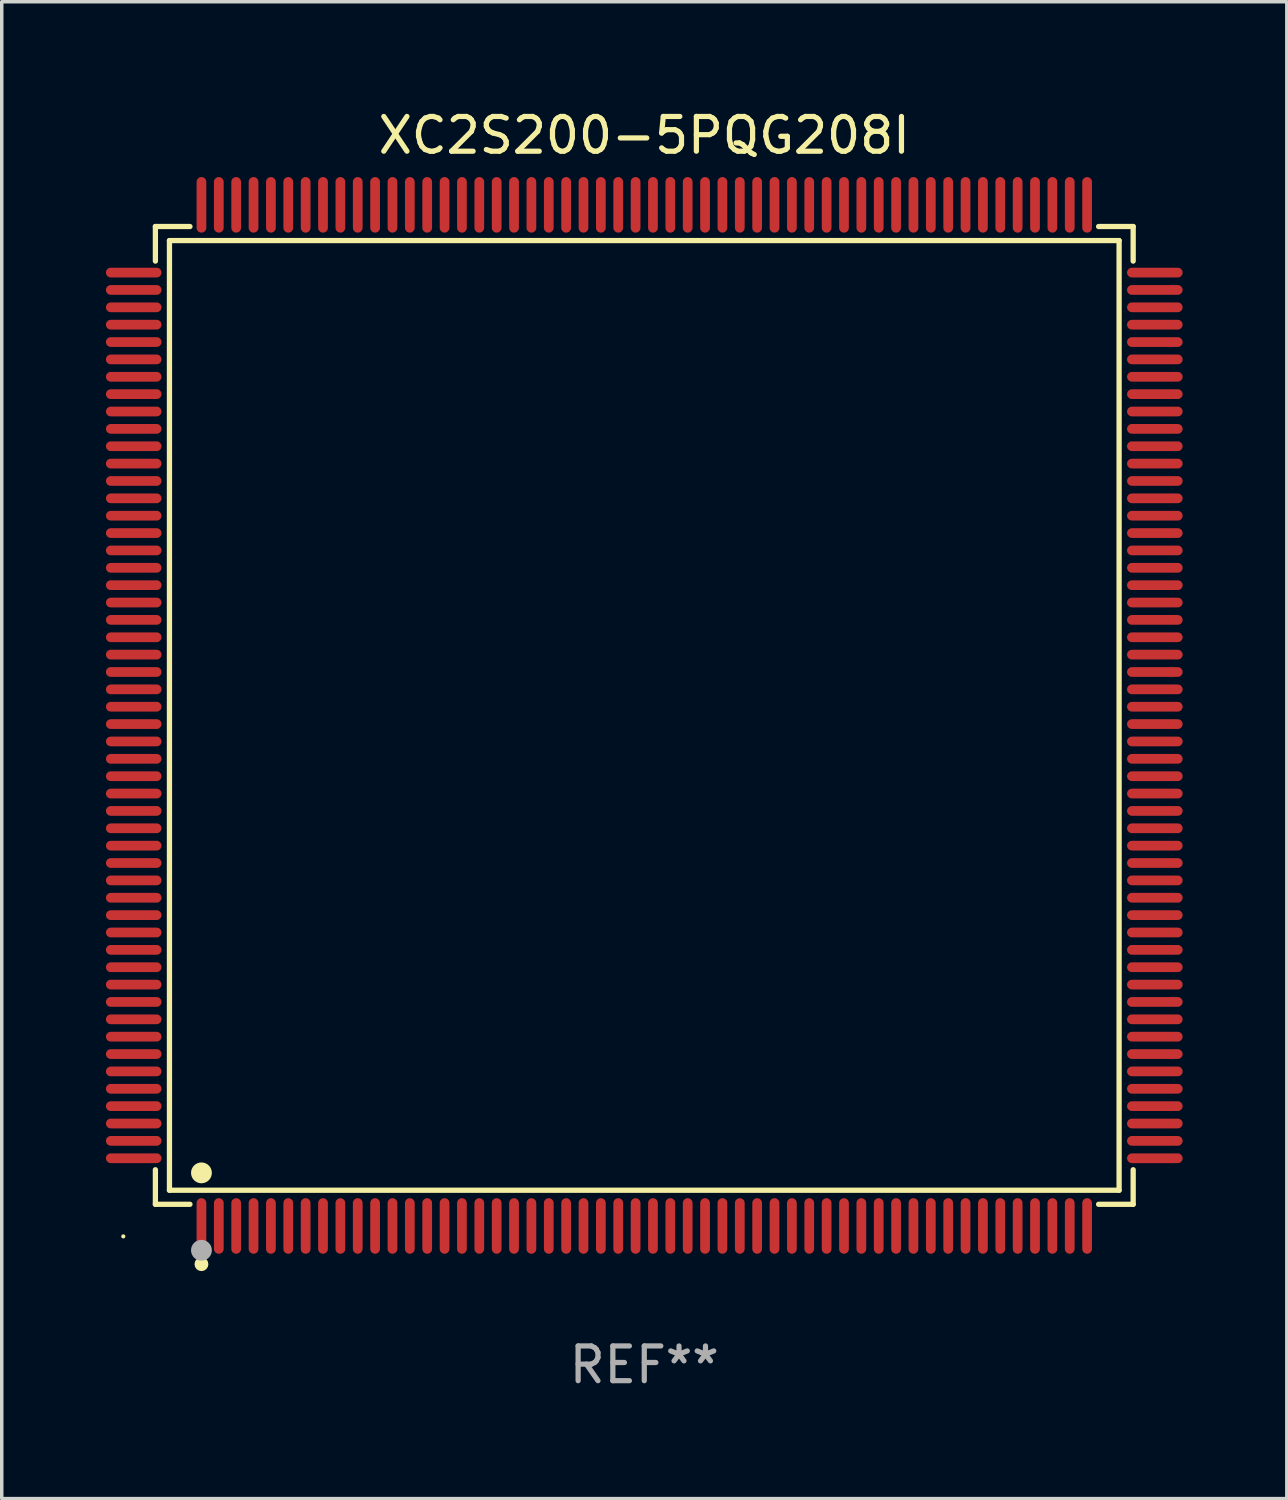
<source format=kicad_pcb>
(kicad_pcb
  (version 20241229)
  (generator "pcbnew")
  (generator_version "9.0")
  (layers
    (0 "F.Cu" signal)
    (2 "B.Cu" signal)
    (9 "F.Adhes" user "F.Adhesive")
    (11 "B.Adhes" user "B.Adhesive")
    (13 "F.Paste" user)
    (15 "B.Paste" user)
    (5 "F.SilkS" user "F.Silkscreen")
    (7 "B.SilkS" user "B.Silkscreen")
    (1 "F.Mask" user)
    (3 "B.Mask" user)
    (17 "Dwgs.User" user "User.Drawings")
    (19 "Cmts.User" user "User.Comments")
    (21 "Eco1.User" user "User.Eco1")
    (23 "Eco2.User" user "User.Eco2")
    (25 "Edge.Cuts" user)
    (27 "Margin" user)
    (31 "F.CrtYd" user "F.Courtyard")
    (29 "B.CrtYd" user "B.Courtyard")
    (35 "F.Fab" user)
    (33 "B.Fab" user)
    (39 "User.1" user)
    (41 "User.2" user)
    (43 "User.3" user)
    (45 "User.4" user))
  (footprint "XC2S200-5PQG208I"
    (layer "F.Cu")
    (at 15.5 17.548)
    (property "Reference" "XC2S200-5PQG208I" (at 0 -16.7 0) (layer "F.SilkS") (effects (font (size 1 1) (thickness 0.15))))
    (attr through_hole)
    (fp_line (start -14.076 -14.076) (end -13.081 -14.076) (stroke (width 0.152) (type solid)) (layer "F.SilkS"))
    (fp_line (start -14.076 -13.081) (end -14.076 -14.076) (stroke (width 0.152) (type solid)) (layer "F.SilkS"))
    (fp_line (start -14.076 13.081) (end -14.076 14.076) (stroke (width 0.152) (type solid)) (layer "F.SilkS"))
    (fp_line (start -14.076 14.076) (end -13.081 14.076) (stroke (width 0.152) (type solid)) (layer "F.SilkS"))
    (fp_line (start -13.671 -13.671) (end 13.671 -13.671) (stroke (width 0.152) (type solid)) (layer "F.SilkS"))
    (fp_line (start -13.671 13.671) (end -13.671 -13.671) (stroke (width 0.152) (type solid)) (layer "F.SilkS"))
    (fp_line (start 13.671 -13.671) (end 13.671 13.671) (stroke (width 0.152) (type solid)) (layer "F.SilkS"))
    (fp_line (start 13.671 13.671) (end -13.671 13.671) (stroke (width 0.152) (type solid)) (layer "F.SilkS"))
    (fp_line (start 14.076 -14.076) (end 13.081 -14.076) (stroke (width 0.152) (type solid)) (layer "F.SilkS"))
    (fp_line (start 14.076 -13.081) (end 14.076 -14.076) (stroke (width 0.152) (type solid)) (layer "F.SilkS"))
    (fp_line (start 14.076 13.081) (end 14.076 14.076) (stroke (width 0.152) (type solid)) (layer "F.SilkS"))
    (fp_line (start 14.076 14.076) (end 13.081 14.076) (stroke (width 0.152) (type solid)) (layer "F.SilkS"))
    (fp_circle (center -15 15) (end -14.97 15) (stroke (width 0.06) (type solid)) (fill no) (layer "F.SilkS"))
    (fp_circle (center -12.75 13.171) (end -12.6 13.171) (stroke (width 0.3) (type solid)) (fill no) (layer "F.SilkS"))
    (fp_circle (center -12.75 15.8) (end -12.65 15.8) (stroke (width 0.2) (type solid)) (fill no) (layer "F.SilkS"))
    (fp_circle (center -12.75 15.4) (end -12.6 15.4) (stroke (width 0.3) (type solid)) (fill no) (layer "F.Fab"))
    (fp_text user "REF**" (at 0 18.7 0) (layer "F.Fab") (effects (font (size 1 1) (thickness 0.15))))
    (pad "1" smd oval (at -12.75 14.7) (size 0.28 1.6) (layers "F.Cu" "F.Mask" "F.Paste"))
    (pad "2" smd oval (at -12.25 14.7) (size 0.28 1.6) (layers "F.Cu" "F.Mask" "F.Paste"))
    (pad "3" smd oval (at -11.75 14.7) (size 0.28 1.6) (layers "F.Cu" "F.Mask" "F.Paste"))
    (pad "4" smd oval (at -11.25 14.7) (size 0.28 1.6) (layers "F.Cu" "F.Mask" "F.Paste"))
    (pad "5" smd oval (at -10.75 14.7) (size 0.28 1.6) (layers "F.Cu" "F.Mask" "F.Paste"))
    (pad "6" smd oval (at -10.25 14.7) (size 0.28 1.6) (layers "F.Cu" "F.Mask" "F.Paste"))
    (pad "7" smd oval (at -9.75 14.7) (size 0.28 1.6) (layers "F.Cu" "F.Mask" "F.Paste"))
    (pad "8" smd oval (at -9.25 14.7) (size 0.28 1.6) (layers "F.Cu" "F.Mask" "F.Paste"))
    (pad "9" smd oval (at -8.75 14.7) (size 0.28 1.6) (layers "F.Cu" "F.Mask" "F.Paste"))
    (pad "10" smd oval (at -8.25 14.7) (size 0.28 1.6) (layers "F.Cu" "F.Mask" "F.Paste"))
    (pad "11" smd oval (at -7.75 14.7) (size 0.28 1.6) (layers "F.Cu" "F.Mask" "F.Paste"))
    (pad "12" smd oval (at -7.25 14.7) (size 0.28 1.6) (layers "F.Cu" "F.Mask" "F.Paste"))
    (pad "13" smd oval (at -6.75 14.7) (size 0.28 1.6) (layers "F.Cu" "F.Mask" "F.Paste"))
    (pad "14" smd oval (at -6.25 14.7) (size 0.28 1.6) (layers "F.Cu" "F.Mask" "F.Paste"))
    (pad "15" smd oval (at -5.75 14.7) (size 0.28 1.6) (layers "F.Cu" "F.Mask" "F.Paste"))
    (pad "16" smd oval (at -5.25 14.7) (size 0.28 1.6) (layers "F.Cu" "F.Mask" "F.Paste"))
    (pad "17" smd oval (at -4.75 14.7) (size 0.28 1.6) (layers "F.Cu" "F.Mask" "F.Paste"))
    (pad "18" smd oval (at -4.25 14.7) (size 0.28 1.6) (layers "F.Cu" "F.Mask" "F.Paste"))
    (pad "19" smd oval (at -3.75 14.7) (size 0.28 1.6) (layers "F.Cu" "F.Mask" "F.Paste"))
    (pad "20" smd oval (at -3.25 14.7) (size 0.28 1.6) (layers "F.Cu" "F.Mask" "F.Paste"))
    (pad "21" smd oval (at -2.75 14.7) (size 0.28 1.6) (layers "F.Cu" "F.Mask" "F.Paste"))
    (pad "22" smd oval (at -2.25 14.7) (size 0.28 1.6) (layers "F.Cu" "F.Mask" "F.Paste"))
    (pad "23" smd oval (at -1.75 14.7) (size 0.28 1.6) (layers "F.Cu" "F.Mask" "F.Paste"))
    (pad "24" smd oval (at -1.25 14.7) (size 0.28 1.6) (layers "F.Cu" "F.Mask" "F.Paste"))
    (pad "25" smd oval (at -0.75 14.7) (size 0.28 1.6) (layers "F.Cu" "F.Mask" "F.Paste"))
    (pad "26" smd oval (at -0.25 14.7) (size 0.28 1.6) (layers "F.Cu" "F.Mask" "F.Paste"))
    (pad "27" smd oval (at 0.25 14.7) (size 0.28 1.6) (layers "F.Cu" "F.Mask" "F.Paste"))
    (pad "28" smd oval (at 0.75 14.7) (size 0.28 1.6) (layers "F.Cu" "F.Mask" "F.Paste"))
    (pad "29" smd oval (at 1.25 14.7) (size 0.28 1.6) (layers "F.Cu" "F.Mask" "F.Paste"))
    (pad "30" smd oval (at 1.75 14.7) (size 0.28 1.6) (layers "F.Cu" "F.Mask" "F.Paste"))
    (pad "31" smd oval (at 2.25 14.7) (size 0.28 1.6) (layers "F.Cu" "F.Mask" "F.Paste"))
    (pad "32" smd oval (at 2.75 14.7) (size 0.28 1.6) (layers "F.Cu" "F.Mask" "F.Paste"))
    (pad "33" smd oval (at 3.25 14.7) (size 0.28 1.6) (layers "F.Cu" "F.Mask" "F.Paste"))
    (pad "34" smd oval (at 3.75 14.7) (size 0.28 1.6) (layers "F.Cu" "F.Mask" "F.Paste"))
    (pad "35" smd oval (at 4.25 14.7) (size 0.28 1.6) (layers "F.Cu" "F.Mask" "F.Paste"))
    (pad "36" smd oval (at 4.75 14.7) (size 0.28 1.6) (layers "F.Cu" "F.Mask" "F.Paste"))
    (pad "37" smd oval (at 5.25 14.7) (size 0.28 1.6) (layers "F.Cu" "F.Mask" "F.Paste"))
    (pad "38" smd oval (at 5.75 14.7) (size 0.28 1.6) (layers "F.Cu" "F.Mask" "F.Paste"))
    (pad "39" smd oval (at 6.25 14.7) (size 0.28 1.6) (layers "F.Cu" "F.Mask" "F.Paste"))
    (pad "40" smd oval (at 6.75 14.7) (size 0.28 1.6) (layers "F.Cu" "F.Mask" "F.Paste"))
    (pad "41" smd oval (at 7.25 14.7) (size 0.28 1.6) (layers "F.Cu" "F.Mask" "F.Paste"))
    (pad "42" smd oval (at 7.75 14.7) (size 0.28 1.6) (layers "F.Cu" "F.Mask" "F.Paste"))
    (pad "43" smd oval (at 8.25 14.7) (size 0.28 1.6) (layers "F.Cu" "F.Mask" "F.Paste"))
    (pad "44" smd oval (at 8.75 14.7) (size 0.28 1.6) (layers "F.Cu" "F.Mask" "F.Paste"))
    (pad "45" smd oval (at 9.25 14.7) (size 0.28 1.6) (layers "F.Cu" "F.Mask" "F.Paste"))
    (pad "46" smd oval (at 9.75 14.7) (size 0.28 1.6) (layers "F.Cu" "F.Mask" "F.Paste"))
    (pad "47" smd oval (at 10.25 14.7) (size 0.28 1.6) (layers "F.Cu" "F.Mask" "F.Paste"))
    (pad "48" smd oval (at 10.75 14.7) (size 0.28 1.6) (layers "F.Cu" "F.Mask" "F.Paste"))
    (pad "49" smd oval (at 11.25 14.7) (size 0.28 1.6) (layers "F.Cu" "F.Mask" "F.Paste"))
    (pad "50" smd oval (at 11.75 14.7) (size 0.28 1.6) (layers "F.Cu" "F.Mask" "F.Paste"))
    (pad "51" smd oval (at 12.25 14.7) (size 0.28 1.6) (layers "F.Cu" "F.Mask" "F.Paste"))
    (pad "52" smd oval (at 12.75 14.7) (size 0.28 1.6) (layers "F.Cu" "F.Mask" "F.Paste"))
    (pad "53" smd oval (at 14.7 12.75) (size 1.6 0.28) (layers "F.Cu" "F.Mask" "F.Paste"))
    (pad "54" smd oval (at 14.7 12.25) (size 1.6 0.28) (layers "F.Cu" "F.Mask" "F.Paste"))
    (pad "55" smd oval (at 14.7 11.75) (size 1.6 0.28) (layers "F.Cu" "F.Mask" "F.Paste"))
    (pad "56" smd oval (at 14.7 11.25) (size 1.6 0.28) (layers "F.Cu" "F.Mask" "F.Paste"))
    (pad "57" smd oval (at 14.7 10.75) (size 1.6 0.28) (layers "F.Cu" "F.Mask" "F.Paste"))
    (pad "58" smd oval (at 14.7 10.25) (size 1.6 0.28) (layers "F.Cu" "F.Mask" "F.Paste"))
    (pad "59" smd oval (at 14.7 9.75) (size 1.6 0.28) (layers "F.Cu" "F.Mask" "F.Paste"))
    (pad "60" smd oval (at 14.7 9.25) (size 1.6 0.28) (layers "F.Cu" "F.Mask" "F.Paste"))
    (pad "61" smd oval (at 14.7 8.75) (size 1.6 0.28) (layers "F.Cu" "F.Mask" "F.Paste"))
    (pad "62" smd oval (at 14.7 8.25) (size 1.6 0.28) (layers "F.Cu" "F.Mask" "F.Paste"))
    (pad "63" smd oval (at 14.7 7.75) (size 1.6 0.28) (layers "F.Cu" "F.Mask" "F.Paste"))
    (pad "64" smd oval (at 14.7 7.25) (size 1.6 0.28) (layers "F.Cu" "F.Mask" "F.Paste"))
    (pad "65" smd oval (at 14.7 6.75) (size 1.6 0.28) (layers "F.Cu" "F.Mask" "F.Paste"))
    (pad "66" smd oval (at 14.7 6.25) (size 1.6 0.28) (layers "F.Cu" "F.Mask" "F.Paste"))
    (pad "67" smd oval (at 14.7 5.75) (size 1.6 0.28) (layers "F.Cu" "F.Mask" "F.Paste"))
    (pad "68" smd oval (at 14.7 5.25) (size 1.6 0.28) (layers "F.Cu" "F.Mask" "F.Paste"))
    (pad "69" smd oval (at 14.7 4.75) (size 1.6 0.28) (layers "F.Cu" "F.Mask" "F.Paste"))
    (pad "70" smd oval (at 14.7 4.25) (size 1.6 0.28) (layers "F.Cu" "F.Mask" "F.Paste"))
    (pad "71" smd oval (at 14.7 3.75) (size 1.6 0.28) (layers "F.Cu" "F.Mask" "F.Paste"))
    (pad "72" smd oval (at 14.7 3.25) (size 1.6 0.28) (layers "F.Cu" "F.Mask" "F.Paste"))
    (pad "73" smd oval (at 14.7 2.75) (size 1.6 0.28) (layers "F.Cu" "F.Mask" "F.Paste"))
    (pad "74" smd oval (at 14.7 2.25) (size 1.6 0.28) (layers "F.Cu" "F.Mask" "F.Paste"))
    (pad "75" smd oval (at 14.7 1.75) (size 1.6 0.28) (layers "F.Cu" "F.Mask" "F.Paste"))
    (pad "76" smd oval (at 14.7 1.25) (size 1.6 0.28) (layers "F.Cu" "F.Mask" "F.Paste"))
    (pad "77" smd oval (at 14.7 0.75) (size 1.6 0.28) (layers "F.Cu" "F.Mask" "F.Paste"))
    (pad "78" smd oval (at 14.7 0.25) (size 1.6 0.28) (layers "F.Cu" "F.Mask" "F.Paste"))
    (pad "79" smd oval (at 14.7 -0.25) (size 1.6 0.28) (layers "F.Cu" "F.Mask" "F.Paste"))
    (pad "80" smd oval (at 14.7 -0.75) (size 1.6 0.28) (layers "F.Cu" "F.Mask" "F.Paste"))
    (pad "81" smd oval (at 14.7 -1.25) (size 1.6 0.28) (layers "F.Cu" "F.Mask" "F.Paste"))
    (pad "82" smd oval (at 14.7 -1.75) (size 1.6 0.28) (layers "F.Cu" "F.Mask" "F.Paste"))
    (pad "83" smd oval (at 14.7 -2.25) (size 1.6 0.28) (layers "F.Cu" "F.Mask" "F.Paste"))
    (pad "84" smd oval (at 14.7 -2.75) (size 1.6 0.28) (layers "F.Cu" "F.Mask" "F.Paste"))
    (pad "85" smd oval (at 14.7 -3.25) (size 1.6 0.28) (layers "F.Cu" "F.Mask" "F.Paste"))
    (pad "86" smd oval (at 14.7 -3.75) (size 1.6 0.28) (layers "F.Cu" "F.Mask" "F.Paste"))
    (pad "87" smd oval (at 14.7 -4.25) (size 1.6 0.28) (layers "F.Cu" "F.Mask" "F.Paste"))
    (pad "88" smd oval (at 14.7 -4.75) (size 1.6 0.28) (layers "F.Cu" "F.Mask" "F.Paste"))
    (pad "89" smd oval (at 14.7 -5.25) (size 1.6 0.28) (layers "F.Cu" "F.Mask" "F.Paste"))
    (pad "90" smd oval (at 14.7 -5.75) (size 1.6 0.28) (layers "F.Cu" "F.Mask" "F.Paste"))
    (pad "91" smd oval (at 14.7 -6.25) (size 1.6 0.28) (layers "F.Cu" "F.Mask" "F.Paste"))
    (pad "92" smd oval (at 14.7 -6.75) (size 1.6 0.28) (layers "F.Cu" "F.Mask" "F.Paste"))
    (pad "93" smd oval (at 14.7 -7.25) (size 1.6 0.28) (layers "F.Cu" "F.Mask" "F.Paste"))
    (pad "94" smd oval (at 14.7 -7.75) (size 1.6 0.28) (layers "F.Cu" "F.Mask" "F.Paste"))
    (pad "95" smd oval (at 14.7 -8.25) (size 1.6 0.28) (layers "F.Cu" "F.Mask" "F.Paste"))
    (pad "96" smd oval (at 14.7 -8.75) (size 1.6 0.28) (layers "F.Cu" "F.Mask" "F.Paste"))
    (pad "97" smd oval (at 14.7 -9.25) (size 1.6 0.28) (layers "F.Cu" "F.Mask" "F.Paste"))
    (pad "98" smd oval (at 14.7 -9.75) (size 1.6 0.28) (layers "F.Cu" "F.Mask" "F.Paste"))
    (pad "99" smd oval (at 14.7 -10.25) (size 1.6 0.28) (layers "F.Cu" "F.Mask" "F.Paste"))
    (pad "100" smd oval (at 14.7 -10.75) (size 1.6 0.28) (layers "F.Cu" "F.Mask" "F.Paste"))
    (pad "101" smd oval (at 14.7 -11.25) (size 1.6 0.28) (layers "F.Cu" "F.Mask" "F.Paste"))
    (pad "102" smd oval (at 14.7 -11.75) (size 1.6 0.28) (layers "F.Cu" "F.Mask" "F.Paste"))
    (pad "103" smd oval (at 14.7 -12.25) (size 1.6 0.28) (layers "F.Cu" "F.Mask" "F.Paste"))
    (pad "104" smd oval (at 14.7 -12.75) (size 1.6 0.28) (layers "F.Cu" "F.Mask" "F.Paste"))
    (pad "105" smd oval (at 12.75 -14.7) (size 0.28 1.6) (layers "F.Cu" "F.Mask" "F.Paste"))
    (pad "106" smd oval (at 12.25 -14.7) (size 0.28 1.6) (layers "F.Cu" "F.Mask" "F.Paste"))
    (pad "107" smd oval (at 11.75 -14.7) (size 0.28 1.6) (layers "F.Cu" "F.Mask" "F.Paste"))
    (pad "108" smd oval (at 11.25 -14.7) (size 0.28 1.6) (layers "F.Cu" "F.Mask" "F.Paste"))
    (pad "109" smd oval (at 10.75 -14.7) (size 0.28 1.6) (layers "F.Cu" "F.Mask" "F.Paste"))
    (pad "110" smd oval (at 10.25 -14.7) (size 0.28 1.6) (layers "F.Cu" "F.Mask" "F.Paste"))
    (pad "111" smd oval (at 9.75 -14.7) (size 0.28 1.6) (layers "F.Cu" "F.Mask" "F.Paste"))
    (pad "112" smd oval (at 9.25 -14.7) (size 0.28 1.6) (layers "F.Cu" "F.Mask" "F.Paste"))
    (pad "113" smd oval (at 8.75 -14.7) (size 0.28 1.6) (layers "F.Cu" "F.Mask" "F.Paste"))
    (pad "114" smd oval (at 8.25 -14.7) (size 0.28 1.6) (layers "F.Cu" "F.Mask" "F.Paste"))
    (pad "115" smd oval (at 7.75 -14.7) (size 0.28 1.6) (layers "F.Cu" "F.Mask" "F.Paste"))
    (pad "116" smd oval (at 7.25 -14.7) (size 0.28 1.6) (layers "F.Cu" "F.Mask" "F.Paste"))
    (pad "117" smd oval (at 6.75 -14.7) (size 0.28 1.6) (layers "F.Cu" "F.Mask" "F.Paste"))
    (pad "118" smd oval (at 6.25 -14.7) (size 0.28 1.6) (layers "F.Cu" "F.Mask" "F.Paste"))
    (pad "119" smd oval (at 5.75 -14.7) (size 0.28 1.6) (layers "F.Cu" "F.Mask" "F.Paste"))
    (pad "120" smd oval (at 5.25 -14.7) (size 0.28 1.6) (layers "F.Cu" "F.Mask" "F.Paste"))
    (pad "121" smd oval (at 4.75 -14.7) (size 0.28 1.6) (layers "F.Cu" "F.Mask" "F.Paste"))
    (pad "122" smd oval (at 4.25 -14.7) (size 0.28 1.6) (layers "F.Cu" "F.Mask" "F.Paste"))
    (pad "123" smd oval (at 3.75 -14.7) (size 0.28 1.6) (layers "F.Cu" "F.Mask" "F.Paste"))
    (pad "124" smd oval (at 3.25 -14.7) (size 0.28 1.6) (layers "F.Cu" "F.Mask" "F.Paste"))
    (pad "125" smd oval (at 2.75 -14.7) (size 0.28 1.6) (layers "F.Cu" "F.Mask" "F.Paste"))
    (pad "126" smd oval (at 2.25 -14.7) (size 0.28 1.6) (layers "F.Cu" "F.Mask" "F.Paste"))
    (pad "127" smd oval (at 1.75 -14.7) (size 0.28 1.6) (layers "F.Cu" "F.Mask" "F.Paste"))
    (pad "128" smd oval (at 1.25 -14.7) (size 0.28 1.6) (layers "F.Cu" "F.Mask" "F.Paste"))
    (pad "129" smd oval (at 0.75 -14.7) (size 0.28 1.6) (layers "F.Cu" "F.Mask" "F.Paste"))
    (pad "130" smd oval (at 0.25 -14.7) (size 0.28 1.6) (layers "F.Cu" "F.Mask" "F.Paste"))
    (pad "131" smd oval (at -0.25 -14.7) (size 0.28 1.6) (layers "F.Cu" "F.Mask" "F.Paste"))
    (pad "132" smd oval (at -0.75 -14.7) (size 0.28 1.6) (layers "F.Cu" "F.Mask" "F.Paste"))
    (pad "133" smd oval (at -1.25 -14.7) (size 0.28 1.6) (layers "F.Cu" "F.Mask" "F.Paste"))
    (pad "134" smd oval (at -1.75 -14.7) (size 0.28 1.6) (layers "F.Cu" "F.Mask" "F.Paste"))
    (pad "135" smd oval (at -2.25 -14.7) (size 0.28 1.6) (layers "F.Cu" "F.Mask" "F.Paste"))
    (pad "136" smd oval (at -2.75 -14.7) (size 0.28 1.6) (layers "F.Cu" "F.Mask" "F.Paste"))
    (pad "137" smd oval (at -3.25 -14.7) (size 0.28 1.6) (layers "F.Cu" "F.Mask" "F.Paste"))
    (pad "138" smd oval (at -3.75 -14.7) (size 0.28 1.6) (layers "F.Cu" "F.Mask" "F.Paste"))
    (pad "139" smd oval (at -4.25 -14.7) (size 0.28 1.6) (layers "F.Cu" "F.Mask" "F.Paste"))
    (pad "140" smd oval (at -4.75 -14.7) (size 0.28 1.6) (layers "F.Cu" "F.Mask" "F.Paste"))
    (pad "141" smd oval (at -5.25 -14.7) (size 0.28 1.6) (layers "F.Cu" "F.Mask" "F.Paste"))
    (pad "142" smd oval (at -5.75 -14.7) (size 0.28 1.6) (layers "F.Cu" "F.Mask" "F.Paste"))
    (pad "143" smd oval (at -6.25 -14.7) (size 0.28 1.6) (layers "F.Cu" "F.Mask" "F.Paste"))
    (pad "144" smd oval (at -6.75 -14.7) (size 0.28 1.6) (layers "F.Cu" "F.Mask" "F.Paste"))
    (pad "145" smd oval (at -7.25 -14.7) (size 0.28 1.6) (layers "F.Cu" "F.Mask" "F.Paste"))
    (pad "146" smd oval (at -7.75 -14.7) (size 0.28 1.6) (layers "F.Cu" "F.Mask" "F.Paste"))
    (pad "147" smd oval (at -8.25 -14.7) (size 0.28 1.6) (layers "F.Cu" "F.Mask" "F.Paste"))
    (pad "148" smd oval (at -8.75 -14.7) (size 0.28 1.6) (layers "F.Cu" "F.Mask" "F.Paste"))
    (pad "149" smd oval (at -9.25 -14.7) (size 0.28 1.6) (layers "F.Cu" "F.Mask" "F.Paste"))
    (pad "150" smd oval (at -9.75 -14.7) (size 0.28 1.6) (layers "F.Cu" "F.Mask" "F.Paste"))
    (pad "151" smd oval (at -10.25 -14.7) (size 0.28 1.6) (layers "F.Cu" "F.Mask" "F.Paste"))
    (pad "152" smd oval (at -10.75 -14.7) (size 0.28 1.6) (layers "F.Cu" "F.Mask" "F.Paste"))
    (pad "153" smd oval (at -11.25 -14.7) (size 0.28 1.6) (layers "F.Cu" "F.Mask" "F.Paste"))
    (pad "154" smd oval (at -11.75 -14.7) (size 0.28 1.6) (layers "F.Cu" "F.Mask" "F.Paste"))
    (pad "155" smd oval (at -12.25 -14.7) (size 0.28 1.6) (layers "F.Cu" "F.Mask" "F.Paste"))
    (pad "156" smd oval (at -12.75 -14.7) (size 0.28 1.6) (layers "F.Cu" "F.Mask" "F.Paste"))
    (pad "157" smd oval (at -14.7 -12.75) (size 1.6 0.28) (layers "F.Cu" "F.Mask" "F.Paste"))
    (pad "158" smd oval (at -14.7 -12.25) (size 1.6 0.28) (layers "F.Cu" "F.Mask" "F.Paste"))
    (pad "159" smd oval (at -14.7 -11.75) (size 1.6 0.28) (layers "F.Cu" "F.Mask" "F.Paste"))
    (pad "160" smd oval (at -14.7 -11.25) (size 1.6 0.28) (layers "F.Cu" "F.Mask" "F.Paste"))
    (pad "161" smd oval (at -14.7 -10.75) (size 1.6 0.28) (layers "F.Cu" "F.Mask" "F.Paste"))
    (pad "162" smd oval (at -14.7 -10.25) (size 1.6 0.28) (layers "F.Cu" "F.Mask" "F.Paste"))
    (pad "163" smd oval (at -14.7 -9.75) (size 1.6 0.28) (layers "F.Cu" "F.Mask" "F.Paste"))
    (pad "164" smd oval (at -14.7 -9.25) (size 1.6 0.28) (layers "F.Cu" "F.Mask" "F.Paste"))
    (pad "165" smd oval (at -14.7 -8.75) (size 1.6 0.28) (layers "F.Cu" "F.Mask" "F.Paste"))
    (pad "166" smd oval (at -14.7 -8.25) (size 1.6 0.28) (layers "F.Cu" "F.Mask" "F.Paste"))
    (pad "167" smd oval (at -14.7 -7.75) (size 1.6 0.28) (layers "F.Cu" "F.Mask" "F.Paste"))
    (pad "168" smd oval (at -14.7 -7.25) (size 1.6 0.28) (layers "F.Cu" "F.Mask" "F.Paste"))
    (pad "169" smd oval (at -14.7 -6.75) (size 1.6 0.28) (layers "F.Cu" "F.Mask" "F.Paste"))
    (pad "170" smd oval (at -14.7 -6.25) (size 1.6 0.28) (layers "F.Cu" "F.Mask" "F.Paste"))
    (pad "171" smd oval (at -14.7 -5.75) (size 1.6 0.28) (layers "F.Cu" "F.Mask" "F.Paste"))
    (pad "172" smd oval (at -14.7 -5.25) (size 1.6 0.28) (layers "F.Cu" "F.Mask" "F.Paste"))
    (pad "173" smd oval (at -14.7 -4.75) (size 1.6 0.28) (layers "F.Cu" "F.Mask" "F.Paste"))
    (pad "174" smd oval (at -14.7 -4.25) (size 1.6 0.28) (layers "F.Cu" "F.Mask" "F.Paste"))
    (pad "175" smd oval (at -14.7 -3.75) (size 1.6 0.28) (layers "F.Cu" "F.Mask" "F.Paste"))
    (pad "176" smd oval (at -14.7 -3.25) (size 1.6 0.28) (layers "F.Cu" "F.Mask" "F.Paste"))
    (pad "177" smd oval (at -14.7 -2.75) (size 1.6 0.28) (layers "F.Cu" "F.Mask" "F.Paste"))
    (pad "178" smd oval (at -14.7 -2.25) (size 1.6 0.28) (layers "F.Cu" "F.Mask" "F.Paste"))
    (pad "179" smd oval (at -14.7 -1.75) (size 1.6 0.28) (layers "F.Cu" "F.Mask" "F.Paste"))
    (pad "180" smd oval (at -14.7 -1.25) (size 1.6 0.28) (layers "F.Cu" "F.Mask" "F.Paste"))
    (pad "181" smd oval (at -14.7 -0.75) (size 1.6 0.28) (layers "F.Cu" "F.Mask" "F.Paste"))
    (pad "182" smd oval (at -14.7 -0.25) (size 1.6 0.28) (layers "F.Cu" "F.Mask" "F.Paste"))
    (pad "183" smd oval (at -14.7 0.25) (size 1.6 0.28) (layers "F.Cu" "F.Mask" "F.Paste"))
    (pad "184" smd oval (at -14.7 0.75) (size 1.6 0.28) (layers "F.Cu" "F.Mask" "F.Paste"))
    (pad "185" smd oval (at -14.7 1.25) (size 1.6 0.28) (layers "F.Cu" "F.Mask" "F.Paste"))
    (pad "186" smd oval (at -14.7 1.75) (size 1.6 0.28) (layers "F.Cu" "F.Mask" "F.Paste"))
    (pad "187" smd oval (at -14.7 2.25) (size 1.6 0.28) (layers "F.Cu" "F.Mask" "F.Paste"))
    (pad "188" smd oval (at -14.7 2.75) (size 1.6 0.28) (layers "F.Cu" "F.Mask" "F.Paste"))
    (pad "189" smd oval (at -14.7 3.25) (size 1.6 0.28) (layers "F.Cu" "F.Mask" "F.Paste"))
    (pad "190" smd oval (at -14.7 3.75) (size 1.6 0.28) (layers "F.Cu" "F.Mask" "F.Paste"))
    (pad "191" smd oval (at -14.7 4.25) (size 1.6 0.28) (layers "F.Cu" "F.Mask" "F.Paste"))
    (pad "192" smd oval (at -14.7 4.75) (size 1.6 0.28) (layers "F.Cu" "F.Mask" "F.Paste"))
    (pad "193" smd oval (at -14.7 5.25) (size 1.6 0.28) (layers "F.Cu" "F.Mask" "F.Paste"))
    (pad "194" smd oval (at -14.7 5.75) (size 1.6 0.28) (layers "F.Cu" "F.Mask" "F.Paste"))
    (pad "195" smd oval (at -14.7 6.25) (size 1.6 0.28) (layers "F.Cu" "F.Mask" "F.Paste"))
    (pad "196" smd oval (at -14.7 6.75) (size 1.6 0.28) (layers "F.Cu" "F.Mask" "F.Paste"))
    (pad "197" smd oval (at -14.7 7.25) (size 1.6 0.28) (layers "F.Cu" "F.Mask" "F.Paste"))
    (pad "198" smd oval (at -14.7 7.75) (size 1.6 0.28) (layers "F.Cu" "F.Mask" "F.Paste"))
    (pad "199" smd oval (at -14.7 8.25) (size 1.6 0.28) (layers "F.Cu" "F.Mask" "F.Paste"))
    (pad "200" smd oval (at -14.7 8.75) (size 1.6 0.28) (layers "F.Cu" "F.Mask" "F.Paste"))
    (pad "201" smd oval (at -14.7 9.25) (size 1.6 0.28) (layers "F.Cu" "F.Mask" "F.Paste"))
    (pad "202" smd oval (at -14.7 9.75) (size 1.6 0.28) (layers "F.Cu" "F.Mask" "F.Paste"))
    (pad "203" smd oval (at -14.7 10.25) (size 1.6 0.28) (layers "F.Cu" "F.Mask" "F.Paste"))
    (pad "204" smd oval (at -14.7 10.75) (size 1.6 0.28) (layers "F.Cu" "F.Mask" "F.Paste"))
    (pad "205" smd oval (at -14.7 11.25) (size 1.6 0.28) (layers "F.Cu" "F.Mask" "F.Paste"))
    (pad "206" smd oval (at -14.7 11.75) (size 1.6 0.28) (layers "F.Cu" "F.Mask" "F.Paste"))
    (pad "207" smd oval (at -14.7 12.25) (size 1.6 0.28) (layers "F.Cu" "F.Mask" "F.Paste"))
    (pad "208" smd oval (at -14.7 12.75) (size 1.6 0.28) (layers "F.Cu" "F.Mask" "F.Paste")))
  (gr_rect
    (start -3 -3)
    (end 34 40.097)
    (stroke (width 0.1) (type default))
    (fill no)
    (layer "Edge.Cuts")))
</source>
